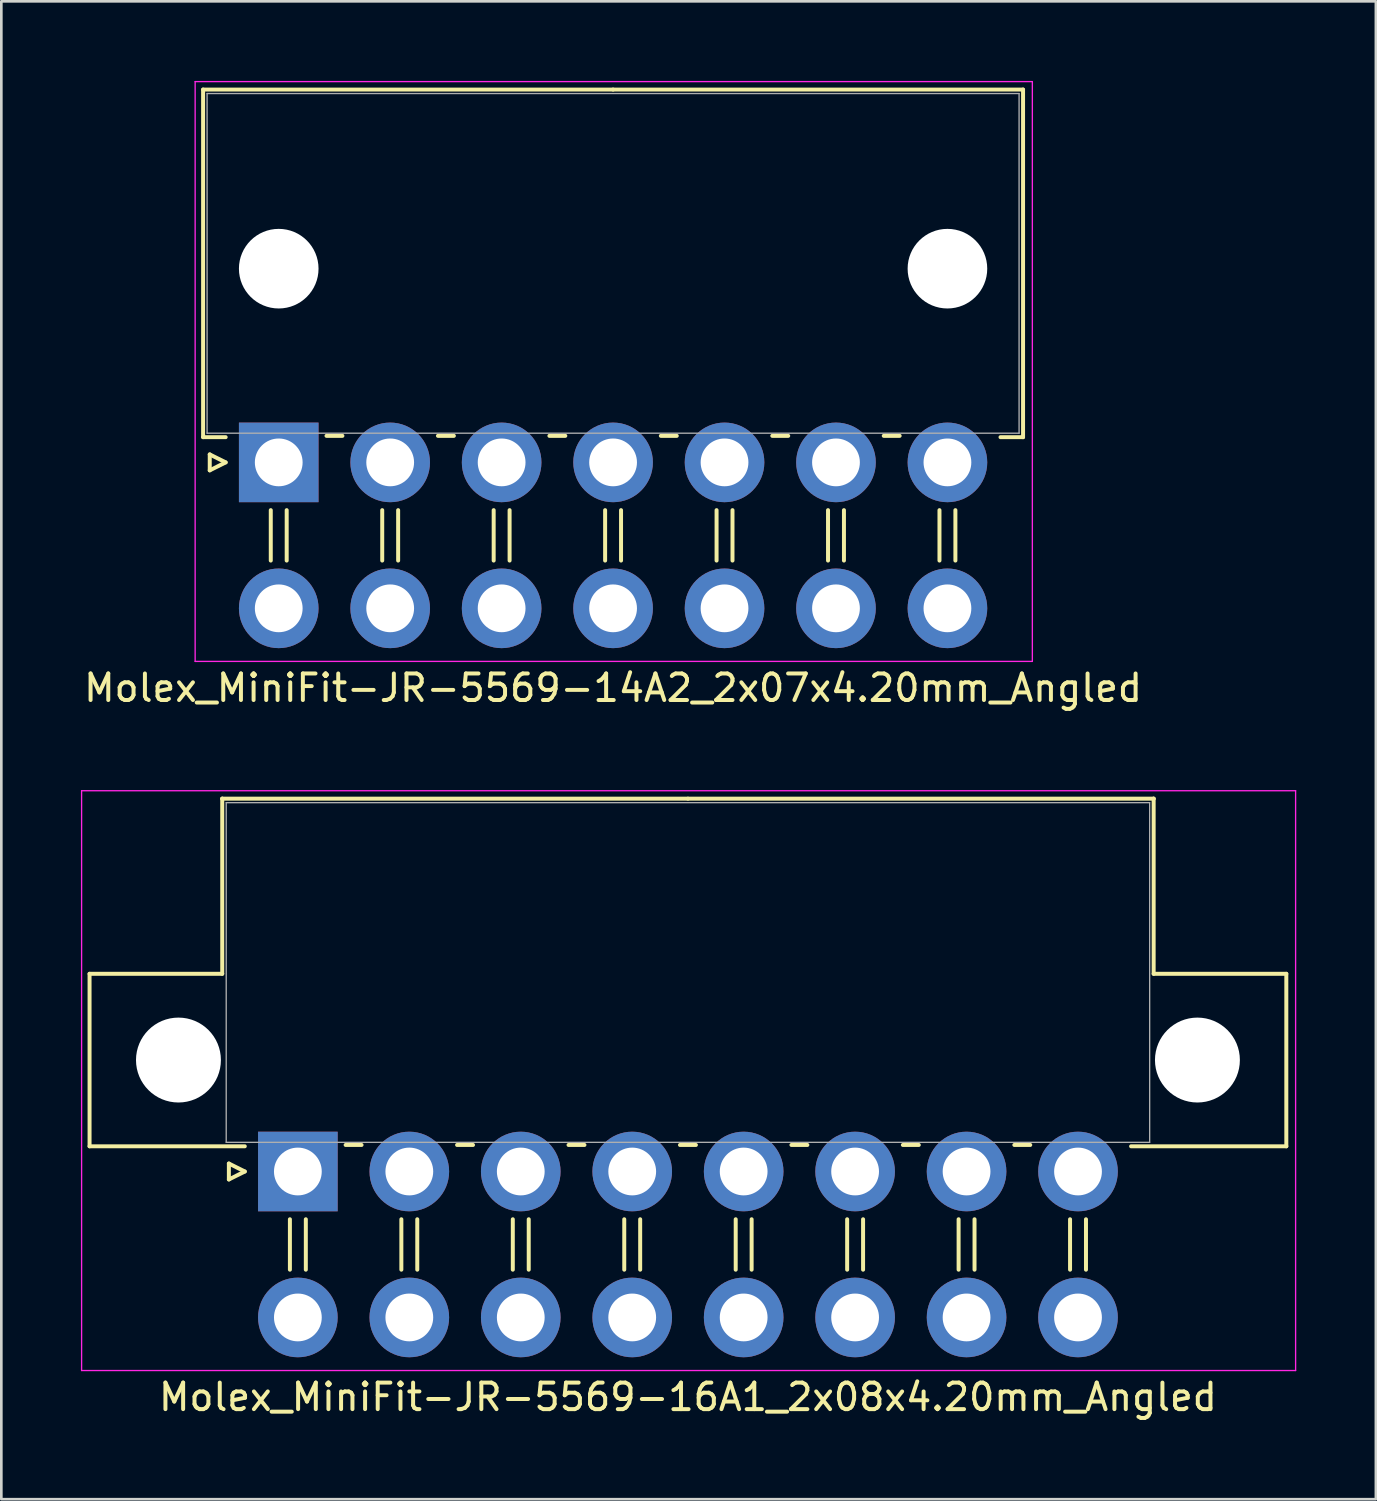
<source format=kicad_pcb>
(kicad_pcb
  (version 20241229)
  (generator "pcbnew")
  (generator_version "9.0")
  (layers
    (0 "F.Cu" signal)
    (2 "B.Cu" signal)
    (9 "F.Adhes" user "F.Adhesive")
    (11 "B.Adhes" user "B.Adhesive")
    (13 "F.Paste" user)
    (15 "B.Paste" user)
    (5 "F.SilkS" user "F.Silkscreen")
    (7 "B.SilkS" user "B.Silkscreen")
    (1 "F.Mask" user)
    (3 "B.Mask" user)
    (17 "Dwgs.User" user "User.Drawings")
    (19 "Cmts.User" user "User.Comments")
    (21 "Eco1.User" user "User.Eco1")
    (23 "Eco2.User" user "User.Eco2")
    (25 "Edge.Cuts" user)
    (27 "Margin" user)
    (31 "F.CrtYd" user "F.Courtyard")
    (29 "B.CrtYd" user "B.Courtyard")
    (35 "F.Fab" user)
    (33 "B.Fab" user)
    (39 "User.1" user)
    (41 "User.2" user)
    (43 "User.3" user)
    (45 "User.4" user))
  (footprint "Molex_MiniFit-JR-5569-16A1_2x08x4.20mm_Angled"
    (layer "F.Cu")
    (at 8.175 41.098)
    (property "Reference" "Molex_MiniFit-JR-5569-16A1_2x08x4.20mm_Angled" (at 14.7 8.5 0) (layer "F.SilkS") (effects (font (size 1 1) (thickness 0.15))))
    (attr through_hole)
    (fp_line (start -7.85 -7.45) (end -7.85 -0.95) (stroke (width 0.15) (type solid)) (layer "F.SilkS"))
    (fp_line (start -7.85 -0.95) (end -2 -0.95) (stroke (width 0.15) (type solid)) (layer "F.SilkS"))
    (fp_line (start -2.85 -14.05) (end -2.85 -14.05) (stroke (width 0.15) (type solid)) (layer "F.SilkS"))
    (fp_line (start -2.85 -14.05) (end -2.85 -7.45) (stroke (width 0.15) (type solid)) (layer "F.SilkS"))
    (fp_line (start -2.85 -7.45) (end -7.85 -7.45) (stroke (width 0.15) (type solid)) (layer "F.SilkS"))
    (fp_line (start -2.6 -0.3) (end -2 0) (stroke (width 0.15) (type solid)) (layer "F.SilkS"))
    (fp_line (start -2.6 0.3) (end -2.6 -0.3) (stroke (width 0.15) (type solid)) (layer "F.SilkS"))
    (fp_line (start -2 0) (end -2.6 0.3) (stroke (width 0.15) (type solid)) (layer "F.SilkS"))
    (fp_line (start -0.3 1.8) (end -0.3 3.7) (stroke (width 0.15) (type solid)) (layer "F.SilkS"))
    (fp_line (start 0.3 1.8) (end 0.3 3.7) (stroke (width 0.15) (type solid)) (layer "F.SilkS"))
    (fp_line (start 1.8 -1) (end 2.4 -1) (stroke (width 0.15) (type solid)) (layer "F.SilkS"))
    (fp_line (start 3.9 1.8) (end 3.9 3.7) (stroke (width 0.15) (type solid)) (layer "F.SilkS"))
    (fp_line (start 4.5 1.8) (end 4.5 3.7) (stroke (width 0.15) (type solid)) (layer "F.SilkS"))
    (fp_line (start 6 -1) (end 6.6 -1) (stroke (width 0.15) (type solid)) (layer "F.SilkS"))
    (fp_line (start 8.1 1.8) (end 8.1 3.7) (stroke (width 0.15) (type solid)) (layer "F.SilkS"))
    (fp_line (start 8.7 1.8) (end 8.7 3.7) (stroke (width 0.15) (type solid)) (layer "F.SilkS"))
    (fp_line (start 10.2 -1) (end 10.8 -1) (stroke (width 0.15) (type solid)) (layer "F.SilkS"))
    (fp_line (start 12.3 1.8) (end 12.3 3.7) (stroke (width 0.15) (type solid)) (layer "F.SilkS"))
    (fp_line (start 12.9 1.8) (end 12.9 3.7) (stroke (width 0.15) (type solid)) (layer "F.SilkS"))
    (fp_line (start 14.4 -1) (end 15 -1) (stroke (width 0.15) (type solid)) (layer "F.SilkS"))
    (fp_line (start 14.7 -14.05) (end -2.85 -14.05) (stroke (width 0.15) (type solid)) (layer "F.SilkS"))
    (fp_line (start 14.7 -14.05) (end 32.25 -14.05) (stroke (width 0.15) (type solid)) (layer "F.SilkS"))
    (fp_line (start 16.5 1.8) (end 16.5 3.7) (stroke (width 0.15) (type solid)) (layer "F.SilkS"))
    (fp_line (start 17.1 1.8) (end 17.1 3.7) (stroke (width 0.15) (type solid)) (layer "F.SilkS"))
    (fp_line (start 18.6 -1) (end 19.2 -1) (stroke (width 0.15) (type solid)) (layer "F.SilkS"))
    (fp_line (start 20.7 1.8) (end 20.7 3.7) (stroke (width 0.15) (type solid)) (layer "F.SilkS"))
    (fp_line (start 21.3 1.8) (end 21.3 3.7) (stroke (width 0.15) (type solid)) (layer "F.SilkS"))
    (fp_line (start 22.8 -1) (end 23.4 -1) (stroke (width 0.15) (type solid)) (layer "F.SilkS"))
    (fp_line (start 24.9 1.8) (end 24.9 3.7) (stroke (width 0.15) (type solid)) (layer "F.SilkS"))
    (fp_line (start 25.5 1.8) (end 25.5 3.7) (stroke (width 0.15) (type solid)) (layer "F.SilkS"))
    (fp_line (start 27 -1) (end 27.6 -1) (stroke (width 0.15) (type solid)) (layer "F.SilkS"))
    (fp_line (start 29.1 1.8) (end 29.1 3.7) (stroke (width 0.15) (type solid)) (layer "F.SilkS"))
    (fp_line (start 29.7 1.8) (end 29.7 3.7) (stroke (width 0.15) (type solid)) (layer "F.SilkS"))
    (fp_line (start 32.25 -14.05) (end 32.25 -14.05) (stroke (width 0.15) (type solid)) (layer "F.SilkS"))
    (fp_line (start 32.25 -14.05) (end 32.25 -7.45) (stroke (width 0.15) (type solid)) (layer "F.SilkS"))
    (fp_line (start 32.25 -7.45) (end 37.25 -7.45) (stroke (width 0.15) (type solid)) (layer "F.SilkS"))
    (fp_line (start 37.25 -7.45) (end 37.25 -0.95) (stroke (width 0.15) (type solid)) (layer "F.SilkS"))
    (fp_line (start 37.25 -0.95) (end 31.4 -0.95) (stroke (width 0.15) (type solid)) (layer "F.SilkS"))
    (fp_line (start -8.15 -14.35) (end -8.15 7.5) (stroke (width 0.05) (type solid)) (layer "F.CrtYd"))
    (fp_line (start -8.15 7.5) (end 37.6 7.5) (stroke (width 0.05) (type solid)) (layer "F.CrtYd"))
    (fp_line (start 37.6 -14.35) (end -8.15 -14.35) (stroke (width 0.05) (type solid)) (layer "F.CrtYd"))
    (fp_line (start 37.6 7.5) (end 37.6 -14.35) (stroke (width 0.05) (type solid)) (layer "F.CrtYd"))
    (fp_line (start -2.7 -13.9) (end -2.7 -1.1) (stroke (width 0.05) (type solid)) (layer "F.Fab"))
    (fp_line (start -2.7 -1.1) (end 32.1 -1.1) (stroke (width 0.05) (type solid)) (layer "F.Fab"))
    (fp_line (start 32.1 -13.9) (end -2.7 -13.9) (stroke (width 0.05) (type solid)) (layer "F.Fab"))
    (fp_line (start 32.1 -1.1) (end 32.1 -13.9) (stroke (width 0.05) (type solid)) (layer "F.Fab"))
    (pad "" np_thru_hole circle (at -4.5 -4.2) (size 3.2 3.2) (drill 3.2) (layers "*.Cu"))
    (pad "" np_thru_hole circle (at 33.9 -4.2) (size 3.2 3.2) (drill 3.2) (layers "*.Cu"))
    (pad "1" thru_hole rect (at 0 0) (size 3 3) (drill 1.8) (layers "*.Cu" "*.Mask"))
    (pad "2" thru_hole circle (at 4.2 0) (size 3 3) (drill 1.8) (layers "*.Cu" "*.Mask"))
    (pad "3" thru_hole circle (at 8.4 0) (size 3 3) (drill 1.8) (layers "*.Cu" "*.Mask"))
    (pad "4" thru_hole circle (at 12.6 0) (size 3 3) (drill 1.8) (layers "*.Cu" "*.Mask"))
    (pad "5" thru_hole circle (at 16.8 0) (size 3 3) (drill 1.8) (layers "*.Cu" "*.Mask"))
    (pad "6" thru_hole circle (at 21 0) (size 3 3) (drill 1.8) (layers "*.Cu" "*.Mask"))
    (pad "7" thru_hole circle (at 25.2 0) (size 3 3) (drill 1.8) (layers "*.Cu" "*.Mask"))
    (pad "8" thru_hole circle (at 29.4 0) (size 3 3) (drill 1.8) (layers "*.Cu" "*.Mask"))
    (pad "9" thru_hole circle (at 0 5.5) (size 3 3) (drill 1.8) (layers "*.Cu" "*.Mask"))
    (pad "10" thru_hole circle (at 4.2 5.5) (size 3 3) (drill 1.8) (layers "*.Cu" "*.Mask"))
    (pad "11" thru_hole circle (at 8.4 5.5) (size 3 3) (drill 1.8) (layers "*.Cu" "*.Mask"))
    (pad "12" thru_hole circle (at 12.6 5.5) (size 3 3) (drill 1.8) (layers "*.Cu" "*.Mask"))
    (pad "13" thru_hole circle (at 16.8 5.5) (size 3 3) (drill 1.8) (layers "*.Cu" "*.Mask"))
    (pad "14" thru_hole circle (at 21 5.5) (size 3 3) (drill 1.8) (layers "*.Cu" "*.Mask"))
    (pad "15" thru_hole circle (at 25.2 5.5) (size 3 3) (drill 1.8) (layers "*.Cu" "*.Mask"))
    (pad "16" thru_hole circle (at 29.4 5.5) (size 3 3) (drill 1.8) (layers "*.Cu" "*.Mask")))
  (footprint "Molex_MiniFit-JR-5569-14A2_2x07x4.20mm_Angled"
    (layer "F.Cu")
    (at 7.454 14.375)
    (property "Reference" "Molex_MiniFit-JR-5569-14A2_2x07x4.20mm_Angled" (at 12.6 8.5 0) (layer "F.SilkS") (effects (font (size 1 1) (thickness 0.15))))
    (attr through_hole)
    (fp_line (start -2.85 -14.05) (end 12.6 -14.05) (stroke (width 0.15) (type solid)) (layer "F.SilkS"))
    (fp_line (start -2.85 -0.95) (end -2.85 -14.05) (stroke (width 0.15) (type solid)) (layer "F.SilkS"))
    (fp_line (start -2.6 -0.3) (end -2 0) (stroke (width 0.15) (type solid)) (layer "F.SilkS"))
    (fp_line (start -2.6 0.3) (end -2.6 -0.3) (stroke (width 0.15) (type solid)) (layer "F.SilkS"))
    (fp_line (start -2 -0.95) (end -2.85 -0.95) (stroke (width 0.15) (type solid)) (layer "F.SilkS"))
    (fp_line (start -2 0) (end -2.6 0.3) (stroke (width 0.15) (type solid)) (layer "F.SilkS"))
    (fp_line (start -0.3 1.8) (end -0.3 3.7) (stroke (width 0.15) (type solid)) (layer "F.SilkS"))
    (fp_line (start 0.3 1.8) (end 0.3 3.7) (stroke (width 0.15) (type solid)) (layer "F.SilkS"))
    (fp_line (start 1.8 -1) (end 2.4 -1) (stroke (width 0.15) (type solid)) (layer "F.SilkS"))
    (fp_line (start 3.9 1.8) (end 3.9 3.7) (stroke (width 0.15) (type solid)) (layer "F.SilkS"))
    (fp_line (start 4.5 1.8) (end 4.5 3.7) (stroke (width 0.15) (type solid)) (layer "F.SilkS"))
    (fp_line (start 6 -1) (end 6.6 -1) (stroke (width 0.15) (type solid)) (layer "F.SilkS"))
    (fp_line (start 8.1 1.8) (end 8.1 3.7) (stroke (width 0.15) (type solid)) (layer "F.SilkS"))
    (fp_line (start 8.7 1.8) (end 8.7 3.7) (stroke (width 0.15) (type solid)) (layer "F.SilkS"))
    (fp_line (start 10.2 -1) (end 10.8 -1) (stroke (width 0.15) (type solid)) (layer "F.SilkS"))
    (fp_line (start 12.3 1.8) (end 12.3 3.7) (stroke (width 0.15) (type solid)) (layer "F.SilkS"))
    (fp_line (start 12.9 1.8) (end 12.9 3.7) (stroke (width 0.15) (type solid)) (layer "F.SilkS"))
    (fp_line (start 14.4 -1) (end 15 -1) (stroke (width 0.15) (type solid)) (layer "F.SilkS"))
    (fp_line (start 16.5 1.8) (end 16.5 3.7) (stroke (width 0.15) (type solid)) (layer "F.SilkS"))
    (fp_line (start 17.1 1.8) (end 17.1 3.7) (stroke (width 0.15) (type solid)) (layer "F.SilkS"))
    (fp_line (start 18.6 -1) (end 19.2 -1) (stroke (width 0.15) (type solid)) (layer "F.SilkS"))
    (fp_line (start 20.7 1.8) (end 20.7 3.7) (stroke (width 0.15) (type solid)) (layer "F.SilkS"))
    (fp_line (start 21.3 1.8) (end 21.3 3.7) (stroke (width 0.15) (type solid)) (layer "F.SilkS"))
    (fp_line (start 22.8 -1) (end 23.4 -1) (stroke (width 0.15) (type solid)) (layer "F.SilkS"))
    (fp_line (start 24.9 1.8) (end 24.9 3.7) (stroke (width 0.15) (type solid)) (layer "F.SilkS"))
    (fp_line (start 25.5 1.8) (end 25.5 3.7) (stroke (width 0.15) (type solid)) (layer "F.SilkS"))
    (fp_line (start 27.2 -0.95) (end 28.05 -0.95) (stroke (width 0.15) (type solid)) (layer "F.SilkS"))
    (fp_line (start 28.05 -14.05) (end 12.6 -14.05) (stroke (width 0.15) (type solid)) (layer "F.SilkS"))
    (fp_line (start 28.05 -0.95) (end 28.05 -14.05) (stroke (width 0.15) (type solid)) (layer "F.SilkS"))
    (fp_line (start -3.15 -14.35) (end -3.15 7.5) (stroke (width 0.05) (type solid)) (layer "F.CrtYd"))
    (fp_line (start -3.15 7.5) (end 28.4 7.5) (stroke (width 0.05) (type solid)) (layer "F.CrtYd"))
    (fp_line (start 28.4 -14.35) (end -3.15 -14.35) (stroke (width 0.05) (type solid)) (layer "F.CrtYd"))
    (fp_line (start 28.4 7.5) (end 28.4 -14.35) (stroke (width 0.05) (type solid)) (layer "F.CrtYd"))
    (fp_line (start -2.7 -13.9) (end -2.7 -1.1) (stroke (width 0.05) (type solid)) (layer "F.Fab"))
    (fp_line (start -2.7 -1.1) (end 27.9 -1.1) (stroke (width 0.05) (type solid)) (layer "F.Fab"))
    (fp_line (start 27.9 -13.9) (end -2.7 -13.9) (stroke (width 0.05) (type solid)) (layer "F.Fab"))
    (fp_line (start 27.9 -1.1) (end 27.9 -13.9) (stroke (width 0.05) (type solid)) (layer "F.Fab"))
    (pad "" np_thru_hole circle (at 0 -7.3) (size 3 3) (drill 3) (layers "*.Cu"))
    (pad "" np_thru_hole circle (at 25.2 -7.3) (size 3 3) (drill 3) (layers "*.Cu"))
    (pad "1" thru_hole rect (at 0 0) (size 3 3) (drill 1.8) (layers "*.Cu" "*.Mask"))
    (pad "2" thru_hole circle (at 4.2 0) (size 3 3) (drill 1.8) (layers "*.Cu" "*.Mask"))
    (pad "3" thru_hole circle (at 8.4 0) (size 3 3) (drill 1.8) (layers "*.Cu" "*.Mask"))
    (pad "4" thru_hole circle (at 12.6 0) (size 3 3) (drill 1.8) (layers "*.Cu" "*.Mask"))
    (pad "5" thru_hole circle (at 16.8 0) (size 3 3) (drill 1.8) (layers "*.Cu" "*.Mask"))
    (pad "6" thru_hole circle (at 21 0) (size 3 3) (drill 1.8) (layers "*.Cu" "*.Mask"))
    (pad "7" thru_hole circle (at 25.2 0) (size 3 3) (drill 1.8) (layers "*.Cu" "*.Mask"))
    (pad "8" thru_hole circle (at 0 5.5) (size 3 3) (drill 1.8) (layers "*.Cu" "*.Mask"))
    (pad "9" thru_hole circle (at 4.2 5.5) (size 3 3) (drill 1.8) (layers "*.Cu" "*.Mask"))
    (pad "10" thru_hole circle (at 8.4 5.5) (size 3 3) (drill 1.8) (layers "*.Cu" "*.Mask"))
    (pad "11" thru_hole circle (at 12.6 5.5) (size 3 3) (drill 1.8) (layers "*.Cu" "*.Mask"))
    (pad "12" thru_hole circle (at 16.8 5.5) (size 3 3) (drill 1.8) (layers "*.Cu" "*.Mask"))
    (pad "13" thru_hole circle (at 21 5.5) (size 3 3) (drill 1.8) (layers "*.Cu" "*.Mask"))
    (pad "14" thru_hole circle (at 25.2 5.5) (size 3 3) (drill 1.8) (layers "*.Cu" "*.Mask")))
  (gr_rect
    (start -3 -3)
    (end 48.8 53.447)
    (stroke (width 0.1) (type default))
    (fill no)
    (layer "Edge.Cuts")))
</source>
